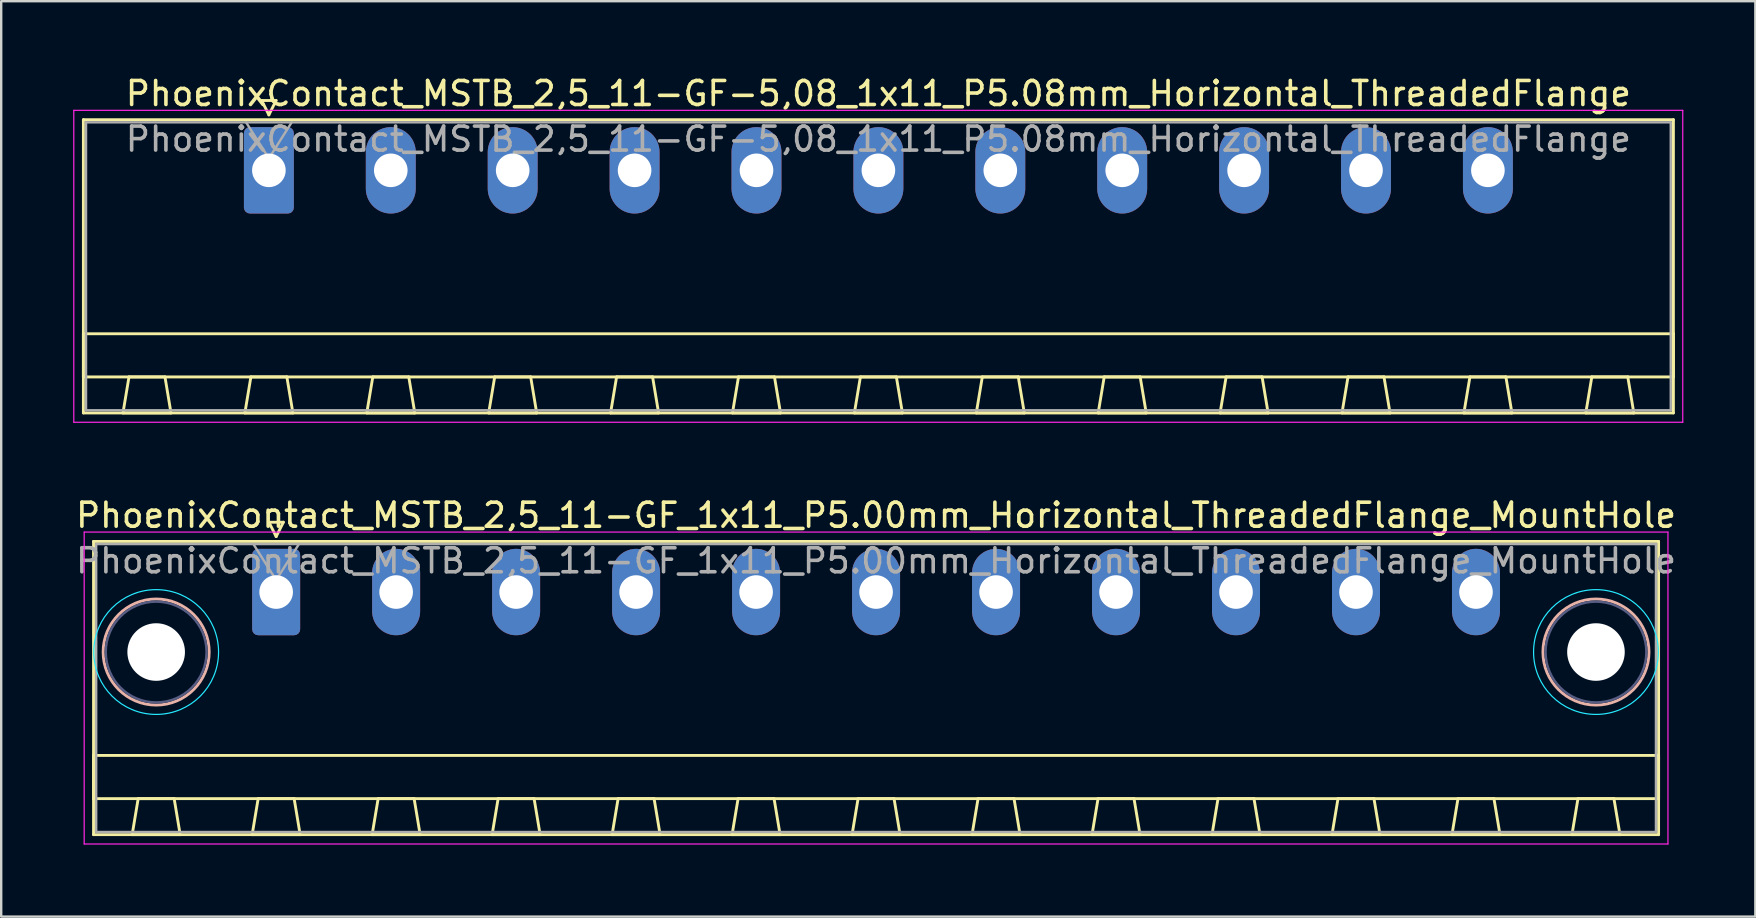
<source format=kicad_pcb>
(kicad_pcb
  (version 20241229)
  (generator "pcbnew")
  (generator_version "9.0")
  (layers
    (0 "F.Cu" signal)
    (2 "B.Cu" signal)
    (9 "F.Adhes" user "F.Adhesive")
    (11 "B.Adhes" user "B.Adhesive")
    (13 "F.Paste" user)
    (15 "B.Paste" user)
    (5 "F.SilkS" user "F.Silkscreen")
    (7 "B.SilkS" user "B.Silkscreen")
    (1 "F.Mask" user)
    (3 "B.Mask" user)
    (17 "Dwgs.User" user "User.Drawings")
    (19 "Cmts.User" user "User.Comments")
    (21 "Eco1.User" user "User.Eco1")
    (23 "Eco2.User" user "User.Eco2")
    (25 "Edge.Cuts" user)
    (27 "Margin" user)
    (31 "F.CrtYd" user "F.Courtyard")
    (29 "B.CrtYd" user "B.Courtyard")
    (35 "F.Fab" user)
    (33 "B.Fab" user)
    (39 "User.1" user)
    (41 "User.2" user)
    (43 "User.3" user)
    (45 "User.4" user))
  (footprint "PhoenixContact_MSTB_2,5_11-GF_1x11_P5.00mm_Horizontal_ThreadedFlange_MountHole"
    (layer "F.Cu")
    (at 8.458 21.622)
    (property "Reference" "PhoenixContact_MSTB_2,5_11-GF_1x11_P5.00mm_Horizontal_ThreadedFlange_MountHole" (at 25 -3.2 0) (layer "F.SilkS") (effects (font (size 1 1) (thickness 0.15))))
    (attr through_hole)
    (fp_line (start -7.61 -2.11) (end -7.61 10.11) (stroke (width 0.12) (type solid)) (layer "F.SilkS"))
    (fp_line (start -7.61 6.81) (end 57.61 6.81) (stroke (width 0.12) (type solid)) (layer "F.SilkS"))
    (fp_line (start -7.61 8.61) (end -7.61 6.81) (stroke (width 0.12) (type solid)) (layer "F.SilkS"))
    (fp_line (start -7.61 10.11) (end 57.61 10.11) (stroke (width 0.12) (type solid)) (layer "F.SilkS"))
    (fp_line (start -6 10.11) (end -4 10.11) (stroke (width 0.12) (type solid)) (layer "F.SilkS"))
    (fp_line (start -5.75 8.61) (end -6 10.11) (stroke (width 0.12) (type solid)) (layer "F.SilkS"))
    (fp_line (start -4.25 8.61) (end -5.75 8.61) (stroke (width 0.12) (type solid)) (layer "F.SilkS"))
    (fp_line (start -4 10.11) (end -4.25 8.61) (stroke (width 0.12) (type solid)) (layer "F.SilkS"))
    (fp_line (start -1 10.11) (end 1 10.11) (stroke (width 0.12) (type solid)) (layer "F.SilkS"))
    (fp_line (start -0.75 8.61) (end -1 10.11) (stroke (width 0.12) (type solid)) (layer "F.SilkS"))
    (fp_line (start -0.3 -2.91) (end 0.3 -2.91) (stroke (width 0.12) (type solid)) (layer "F.SilkS"))
    (fp_line (start 0 -2.31) (end -0.3 -2.91) (stroke (width 0.12) (type solid)) (layer "F.SilkS"))
    (fp_line (start 0.3 -2.91) (end 0 -2.31) (stroke (width 0.12) (type solid)) (layer "F.SilkS"))
    (fp_line (start 0.75 8.61) (end -0.75 8.61) (stroke (width 0.12) (type solid)) (layer "F.SilkS"))
    (fp_line (start 1 10.11) (end 0.75 8.61) (stroke (width 0.12) (type solid)) (layer "F.SilkS"))
    (fp_line (start 4 10.11) (end 6 10.11) (stroke (width 0.12) (type solid)) (layer "F.SilkS"))
    (fp_line (start 4.25 8.61) (end 4 10.11) (stroke (width 0.12) (type solid)) (layer "F.SilkS"))
    (fp_line (start 5.75 8.61) (end 4.25 8.61) (stroke (width 0.12) (type solid)) (layer "F.SilkS"))
    (fp_line (start 6 10.11) (end 5.75 8.61) (stroke (width 0.12) (type solid)) (layer "F.SilkS"))
    (fp_line (start 9 10.11) (end 11 10.11) (stroke (width 0.12) (type solid)) (layer "F.SilkS"))
    (fp_line (start 9.25 8.61) (end 9 10.11) (stroke (width 0.12) (type solid)) (layer "F.SilkS"))
    (fp_line (start 10.75 8.61) (end 9.25 8.61) (stroke (width 0.12) (type solid)) (layer "F.SilkS"))
    (fp_line (start 11 10.11) (end 10.75 8.61) (stroke (width 0.12) (type solid)) (layer "F.SilkS"))
    (fp_line (start 14 10.11) (end 16 10.11) (stroke (width 0.12) (type solid)) (layer "F.SilkS"))
    (fp_line (start 14.25 8.61) (end 14 10.11) (stroke (width 0.12) (type solid)) (layer "F.SilkS"))
    (fp_line (start 15.75 8.61) (end 14.25 8.61) (stroke (width 0.12) (type solid)) (layer "F.SilkS"))
    (fp_line (start 16 10.11) (end 15.75 8.61) (stroke (width 0.12) (type solid)) (layer "F.SilkS"))
    (fp_line (start 19 10.11) (end 21 10.11) (stroke (width 0.12) (type solid)) (layer "F.SilkS"))
    (fp_line (start 19.25 8.61) (end 19 10.11) (stroke (width 0.12) (type solid)) (layer "F.SilkS"))
    (fp_line (start 20.75 8.61) (end 19.25 8.61) (stroke (width 0.12) (type solid)) (layer "F.SilkS"))
    (fp_line (start 21 10.11) (end 20.75 8.61) (stroke (width 0.12) (type solid)) (layer "F.SilkS"))
    (fp_line (start 24 10.11) (end 26 10.11) (stroke (width 0.12) (type solid)) (layer "F.SilkS"))
    (fp_line (start 24.25 8.61) (end 24 10.11) (stroke (width 0.12) (type solid)) (layer "F.SilkS"))
    (fp_line (start 25.75 8.61) (end 24.25 8.61) (stroke (width 0.12) (type solid)) (layer "F.SilkS"))
    (fp_line (start 26 10.11) (end 25.75 8.61) (stroke (width 0.12) (type solid)) (layer "F.SilkS"))
    (fp_line (start 29 10.11) (end 31 10.11) (stroke (width 0.12) (type solid)) (layer "F.SilkS"))
    (fp_line (start 29.25 8.61) (end 29 10.11) (stroke (width 0.12) (type solid)) (layer "F.SilkS"))
    (fp_line (start 30.75 8.61) (end 29.25 8.61) (stroke (width 0.12) (type solid)) (layer "F.SilkS"))
    (fp_line (start 31 10.11) (end 30.75 8.61) (stroke (width 0.12) (type solid)) (layer "F.SilkS"))
    (fp_line (start 34 10.11) (end 36 10.11) (stroke (width 0.12) (type solid)) (layer "F.SilkS"))
    (fp_line (start 34.25 8.61) (end 34 10.11) (stroke (width 0.12) (type solid)) (layer "F.SilkS"))
    (fp_line (start 35.75 8.61) (end 34.25 8.61) (stroke (width 0.12) (type solid)) (layer "F.SilkS"))
    (fp_line (start 36 10.11) (end 35.75 8.61) (stroke (width 0.12) (type solid)) (layer "F.SilkS"))
    (fp_line (start 39 10.11) (end 41 10.11) (stroke (width 0.12) (type solid)) (layer "F.SilkS"))
    (fp_line (start 39.25 8.61) (end 39 10.11) (stroke (width 0.12) (type solid)) (layer "F.SilkS"))
    (fp_line (start 40.75 8.61) (end 39.25 8.61) (stroke (width 0.12) (type solid)) (layer "F.SilkS"))
    (fp_line (start 41 10.11) (end 40.75 8.61) (stroke (width 0.12) (type solid)) (layer "F.SilkS"))
    (fp_line (start 44 10.11) (end 46 10.11) (stroke (width 0.12) (type solid)) (layer "F.SilkS"))
    (fp_line (start 44.25 8.61) (end 44 10.11) (stroke (width 0.12) (type solid)) (layer "F.SilkS"))
    (fp_line (start 45.75 8.61) (end 44.25 8.61) (stroke (width 0.12) (type solid)) (layer "F.SilkS"))
    (fp_line (start 46 10.11) (end 45.75 8.61) (stroke (width 0.12) (type solid)) (layer "F.SilkS"))
    (fp_line (start 49 10.11) (end 51 10.11) (stroke (width 0.12) (type solid)) (layer "F.SilkS"))
    (fp_line (start 49.25 8.61) (end 49 10.11) (stroke (width 0.12) (type solid)) (layer "F.SilkS"))
    (fp_line (start 50.75 8.61) (end 49.25 8.61) (stroke (width 0.12) (type solid)) (layer "F.SilkS"))
    (fp_line (start 51 10.11) (end 50.75 8.61) (stroke (width 0.12) (type solid)) (layer "F.SilkS"))
    (fp_line (start 54 10.11) (end 56 10.11) (stroke (width 0.12) (type solid)) (layer "F.SilkS"))
    (fp_line (start 54.25 8.61) (end 54 10.11) (stroke (width 0.12) (type solid)) (layer "F.SilkS"))
    (fp_line (start 55.75 8.61) (end 54.25 8.61) (stroke (width 0.12) (type solid)) (layer "F.SilkS"))
    (fp_line (start 56 10.11) (end 55.75 8.61) (stroke (width 0.12) (type solid)) (layer "F.SilkS"))
    (fp_line (start 57.61 -2.11) (end -7.61 -2.11) (stroke (width 0.12) (type solid)) (layer "F.SilkS"))
    (fp_line (start 57.61 6.81) (end 57.61 8.61) (stroke (width 0.12) (type solid)) (layer "F.SilkS"))
    (fp_line (start 57.61 8.61) (end -7.61 8.61) (stroke (width 0.12) (type solid)) (layer "F.SilkS"))
    (fp_line (start 57.61 10.11) (end 57.61 -2.11) (stroke (width 0.12) (type solid)) (layer "F.SilkS"))
    (fp_circle (center -5 2.5) (end -2.79 2.5) (stroke (width 0.12) (type solid)) (fill no) (layer "B.SilkS"))
    (fp_circle (center 55 2.5) (end 57.21 2.5) (stroke (width 0.12) (type solid)) (fill no) (layer "B.SilkS"))
    (fp_circle (center -5 2.5) (end -2.4 2.5) (stroke (width 0.05) (type solid)) (fill no) (layer "B.CrtYd"))
    (fp_circle (center 55 2.5) (end 57.6 2.5) (stroke (width 0.05) (type solid)) (fill no) (layer "B.CrtYd"))
    (fp_line (start -8 -2.5) (end -8 10.5) (stroke (width 0.05) (type solid)) (layer "F.CrtYd"))
    (fp_line (start -8 10.5) (end 58 10.5) (stroke (width 0.05) (type solid)) (layer "F.CrtYd"))
    (fp_line (start 58 -2.5) (end -8 -2.5) (stroke (width 0.05) (type solid)) (layer "F.CrtYd"))
    (fp_line (start 58 10.5) (end 58 -2.5) (stroke (width 0.05) (type solid)) (layer "F.CrtYd"))
    (fp_circle (center -5 2.5) (end -2.9 2.5) (stroke (width 0.1) (type solid)) (fill no) (layer "B.Fab"))
    (fp_circle (center 55 2.5) (end 57.1 2.5) (stroke (width 0.1) (type solid)) (fill no) (layer "B.Fab"))
    (fp_line (start -7.5 -2) (end -7.5 10) (stroke (width 0.1) (type solid)) (layer "F.Fab"))
    (fp_line (start -7.5 10) (end 57.5 10) (stroke (width 0.1) (type solid)) (layer "F.Fab"))
    (fp_line (start 0 -0.5) (end -0.95 -2) (stroke (width 0.1) (type solid)) (layer "F.Fab"))
    (fp_line (start 0.95 -2) (end 0 -0.5) (stroke (width 0.1) (type solid)) (layer "F.Fab"))
    (fp_line (start 57.5 -2) (end -7.5 -2) (stroke (width 0.1) (type solid)) (layer "F.Fab"))
    (fp_line (start 57.5 10) (end 57.5 -2) (stroke (width 0.1) (type solid)) (layer "F.Fab"))
    (fp_text user "${REFERENCE}" (at 25 -1.3 0) (layer "F.Fab") (effects (font (size 1 1) (thickness 0.15))))
    (pad "" np_thru_hole circle (at -5 2.5) (size 2.4 2.4) (drill 2.4) (layers "*.Cu" "*.Mask"))
    (pad "" np_thru_hole circle (at 55 2.5) (size 2.4 2.4) (drill 2.4) (layers "*.Cu" "*.Mask"))
    (pad "1" thru_hole roundrect (at 0 0) (size 2 3.6) (drill 1.4) (layers "*.Cu" "*.Mask") (roundrect_rratio 0.125))
    (pad "2" thru_hole oval (at 5 0) (size 2 3.6) (drill 1.4) (layers "*.Cu" "*.Mask"))
    (pad "3" thru_hole oval (at 10 0) (size 2 3.6) (drill 1.4) (layers "*.Cu" "*.Mask"))
    (pad "4" thru_hole oval (at 15 0) (size 2 3.6) (drill 1.4) (layers "*.Cu" "*.Mask"))
    (pad "5" thru_hole oval (at 20 0) (size 2 3.6) (drill 1.4) (layers "*.Cu" "*.Mask"))
    (pad "6" thru_hole oval (at 25 0) (size 2 3.6) (drill 1.4) (layers "*.Cu" "*.Mask"))
    (pad "7" thru_hole oval (at 30 0) (size 2 3.6) (drill 1.4) (layers "*.Cu" "*.Mask"))
    (pad "8" thru_hole oval (at 35 0) (size 2 3.6) (drill 1.4) (layers "*.Cu" "*.Mask"))
    (pad "9" thru_hole oval (at 40 0) (size 2 3.6) (drill 1.4) (layers "*.Cu" "*.Mask"))
    (pad "10" thru_hole oval (at 45 0) (size 2 3.6) (drill 1.4) (layers "*.Cu" "*.Mask"))
    (pad "11" thru_hole oval (at 50 0) (size 2 3.6) (drill 1.4) (layers "*.Cu" "*.Mask")))
  (footprint "PhoenixContact_MSTB_2,5_11-GF-5,08_1x11_P5.08mm_Horizontal_ThreadedFlange"
    (layer "F.Cu")
    (at 8.155 4.048)
    (property "Reference" "PhoenixContact_MSTB_2,5_11-GF-5,08_1x11_P5.08mm_Horizontal_ThreadedFlange" (at 25.4 -3.2 0) (layer "F.SilkS") (effects (font (size 1 1) (thickness 0.15))))
    (attr through_hole)
    (fp_line (start -7.73 -2.11) (end -7.73 10.11) (stroke (width 0.12) (type solid)) (layer "F.SilkS"))
    (fp_line (start -7.73 6.81) (end 58.53 6.81) (stroke (width 0.12) (type solid)) (layer "F.SilkS"))
    (fp_line (start -7.73 8.61) (end -7.73 6.81) (stroke (width 0.12) (type solid)) (layer "F.SilkS"))
    (fp_line (start -7.73 10.11) (end 58.53 10.11) (stroke (width 0.12) (type solid)) (layer "F.SilkS"))
    (fp_line (start -6.08 10.11) (end -4.08 10.11) (stroke (width 0.12) (type solid)) (layer "F.SilkS"))
    (fp_line (start -5.83 8.61) (end -6.08 10.11) (stroke (width 0.12) (type solid)) (layer "F.SilkS"))
    (fp_line (start -4.33 8.61) (end -5.83 8.61) (stroke (width 0.12) (type solid)) (layer "F.SilkS"))
    (fp_line (start -4.08 10.11) (end -4.33 8.61) (stroke (width 0.12) (type solid)) (layer "F.SilkS"))
    (fp_line (start -1 10.11) (end 1 10.11) (stroke (width 0.12) (type solid)) (layer "F.SilkS"))
    (fp_line (start -0.75 8.61) (end -1 10.11) (stroke (width 0.12) (type solid)) (layer "F.SilkS"))
    (fp_line (start -0.3 -2.91) (end 0.3 -2.91) (stroke (width 0.12) (type solid)) (layer "F.SilkS"))
    (fp_line (start 0 -2.31) (end -0.3 -2.91) (stroke (width 0.12) (type solid)) (layer "F.SilkS"))
    (fp_line (start 0.3 -2.91) (end 0 -2.31) (stroke (width 0.12) (type solid)) (layer "F.SilkS"))
    (fp_line (start 0.75 8.61) (end -0.75 8.61) (stroke (width 0.12) (type solid)) (layer "F.SilkS"))
    (fp_line (start 1 10.11) (end 0.75 8.61) (stroke (width 0.12) (type solid)) (layer "F.SilkS"))
    (fp_line (start 4.08 10.11) (end 6.08 10.11) (stroke (width 0.12) (type solid)) (layer "F.SilkS"))
    (fp_line (start 4.33 8.61) (end 4.08 10.11) (stroke (width 0.12) (type solid)) (layer "F.SilkS"))
    (fp_line (start 5.83 8.61) (end 4.33 8.61) (stroke (width 0.12) (type solid)) (layer "F.SilkS"))
    (fp_line (start 6.08 10.11) (end 5.83 8.61) (stroke (width 0.12) (type solid)) (layer "F.SilkS"))
    (fp_line (start 9.16 10.11) (end 11.16 10.11) (stroke (width 0.12) (type solid)) (layer "F.SilkS"))
    (fp_line (start 9.41 8.61) (end 9.16 10.11) (stroke (width 0.12) (type solid)) (layer "F.SilkS"))
    (fp_line (start 10.91 8.61) (end 9.41 8.61) (stroke (width 0.12) (type solid)) (layer "F.SilkS"))
    (fp_line (start 11.16 10.11) (end 10.91 8.61) (stroke (width 0.12) (type solid)) (layer "F.SilkS"))
    (fp_line (start 14.24 10.11) (end 16.24 10.11) (stroke (width 0.12) (type solid)) (layer "F.SilkS"))
    (fp_line (start 14.49 8.61) (end 14.24 10.11) (stroke (width 0.12) (type solid)) (layer "F.SilkS"))
    (fp_line (start 15.99 8.61) (end 14.49 8.61) (stroke (width 0.12) (type solid)) (layer "F.SilkS"))
    (fp_line (start 16.24 10.11) (end 15.99 8.61) (stroke (width 0.12) (type solid)) (layer "F.SilkS"))
    (fp_line (start 19.32 10.11) (end 21.32 10.11) (stroke (width 0.12) (type solid)) (layer "F.SilkS"))
    (fp_line (start 19.57 8.61) (end 19.32 10.11) (stroke (width 0.12) (type solid)) (layer "F.SilkS"))
    (fp_line (start 21.07 8.61) (end 19.57 8.61) (stroke (width 0.12) (type solid)) (layer "F.SilkS"))
    (fp_line (start 21.32 10.11) (end 21.07 8.61) (stroke (width 0.12) (type solid)) (layer "F.SilkS"))
    (fp_line (start 24.4 10.11) (end 26.4 10.11) (stroke (width 0.12) (type solid)) (layer "F.SilkS"))
    (fp_line (start 24.65 8.61) (end 24.4 10.11) (stroke (width 0.12) (type solid)) (layer "F.SilkS"))
    (fp_line (start 26.15 8.61) (end 24.65 8.61) (stroke (width 0.12) (type solid)) (layer "F.SilkS"))
    (fp_line (start 26.4 10.11) (end 26.15 8.61) (stroke (width 0.12) (type solid)) (layer "F.SilkS"))
    (fp_line (start 29.48 10.11) (end 31.48 10.11) (stroke (width 0.12) (type solid)) (layer "F.SilkS"))
    (fp_line (start 29.73 8.61) (end 29.48 10.11) (stroke (width 0.12) (type solid)) (layer "F.SilkS"))
    (fp_line (start 31.23 8.61) (end 29.73 8.61) (stroke (width 0.12) (type solid)) (layer "F.SilkS"))
    (fp_line (start 31.48 10.11) (end 31.23 8.61) (stroke (width 0.12) (type solid)) (layer "F.SilkS"))
    (fp_line (start 34.56 10.11) (end 36.56 10.11) (stroke (width 0.12) (type solid)) (layer "F.SilkS"))
    (fp_line (start 34.81 8.61) (end 34.56 10.11) (stroke (width 0.12) (type solid)) (layer "F.SilkS"))
    (fp_line (start 36.31 8.61) (end 34.81 8.61) (stroke (width 0.12) (type solid)) (layer "F.SilkS"))
    (fp_line (start 36.56 10.11) (end 36.31 8.61) (stroke (width 0.12) (type solid)) (layer "F.SilkS"))
    (fp_line (start 39.64 10.11) (end 41.64 10.11) (stroke (width 0.12) (type solid)) (layer "F.SilkS"))
    (fp_line (start 39.89 8.61) (end 39.64 10.11) (stroke (width 0.12) (type solid)) (layer "F.SilkS"))
    (fp_line (start 41.39 8.61) (end 39.89 8.61) (stroke (width 0.12) (type solid)) (layer "F.SilkS"))
    (fp_line (start 41.64 10.11) (end 41.39 8.61) (stroke (width 0.12) (type solid)) (layer "F.SilkS"))
    (fp_line (start 44.72 10.11) (end 46.72 10.11) (stroke (width 0.12) (type solid)) (layer "F.SilkS"))
    (fp_line (start 44.97 8.61) (end 44.72 10.11) (stroke (width 0.12) (type solid)) (layer "F.SilkS"))
    (fp_line (start 46.47 8.61) (end 44.97 8.61) (stroke (width 0.12) (type solid)) (layer "F.SilkS"))
    (fp_line (start 46.72 10.11) (end 46.47 8.61) (stroke (width 0.12) (type solid)) (layer "F.SilkS"))
    (fp_line (start 49.8 10.11) (end 51.8 10.11) (stroke (width 0.12) (type solid)) (layer "F.SilkS"))
    (fp_line (start 50.05 8.61) (end 49.8 10.11) (stroke (width 0.12) (type solid)) (layer "F.SilkS"))
    (fp_line (start 51.55 8.61) (end 50.05 8.61) (stroke (width 0.12) (type solid)) (layer "F.SilkS"))
    (fp_line (start 51.8 10.11) (end 51.55 8.61) (stroke (width 0.12) (type solid)) (layer "F.SilkS"))
    (fp_line (start 54.88 10.11) (end 56.88 10.11) (stroke (width 0.12) (type solid)) (layer "F.SilkS"))
    (fp_line (start 55.13 8.61) (end 54.88 10.11) (stroke (width 0.12) (type solid)) (layer "F.SilkS"))
    (fp_line (start 56.63 8.61) (end 55.13 8.61) (stroke (width 0.12) (type solid)) (layer "F.SilkS"))
    (fp_line (start 56.88 10.11) (end 56.63 8.61) (stroke (width 0.12) (type solid)) (layer "F.SilkS"))
    (fp_line (start 58.53 -2.11) (end -7.73 -2.11) (stroke (width 0.12) (type solid)) (layer "F.SilkS"))
    (fp_line (start 58.53 6.81) (end 58.53 8.61) (stroke (width 0.12) (type solid)) (layer "F.SilkS"))
    (fp_line (start 58.53 8.61) (end -7.73 8.61) (stroke (width 0.12) (type solid)) (layer "F.SilkS"))
    (fp_line (start 58.53 10.11) (end 58.53 -2.11) (stroke (width 0.12) (type solid)) (layer "F.SilkS"))
    (fp_line (start -8.13 -2.5) (end -8.13 10.5) (stroke (width 0.05) (type solid)) (layer "F.CrtYd"))
    (fp_line (start -8.13 10.5) (end 58.92 10.5) (stroke (width 0.05) (type solid)) (layer "F.CrtYd"))
    (fp_line (start 58.92 -2.5) (end -8.13 -2.5) (stroke (width 0.05) (type solid)) (layer "F.CrtYd"))
    (fp_line (start 58.92 10.5) (end 58.92 -2.5) (stroke (width 0.05) (type solid)) (layer "F.CrtYd"))
    (fp_line (start -7.62 -2) (end -7.62 10) (stroke (width 0.1) (type solid)) (layer "F.Fab"))
    (fp_line (start -7.62 10) (end 58.42 10) (stroke (width 0.1) (type solid)) (layer "F.Fab"))
    (fp_line (start 0 -0.5) (end -0.95 -2) (stroke (width 0.1) (type solid)) (layer "F.Fab"))
    (fp_line (start 0.95 -2) (end 0 -0.5) (stroke (width 0.1) (type solid)) (layer "F.Fab"))
    (fp_line (start 58.42 -2) (end -7.62 -2) (stroke (width 0.1) (type solid)) (layer "F.Fab"))
    (fp_line (start 58.42 10) (end 58.42 -2) (stroke (width 0.1) (type solid)) (layer "F.Fab"))
    (fp_text user "${REFERENCE}" (at 25.4 -1.3 0) (layer "F.Fab") (effects (font (size 1 1) (thickness 0.15))))
    (pad "1" thru_hole roundrect (at 0 0) (size 2.08 3.6) (drill 1.4) (layers "*.Cu" "*.Mask") (roundrect_rratio 0.12))
    (pad "2" thru_hole oval (at 5.08 0) (size 2.08 3.6) (drill 1.4) (layers "*.Cu" "*.Mask"))
    (pad "3" thru_hole oval (at 10.16 0) (size 2.08 3.6) (drill 1.4) (layers "*.Cu" "*.Mask"))
    (pad "4" thru_hole oval (at 15.24 0) (size 2.08 3.6) (drill 1.4) (layers "*.Cu" "*.Mask"))
    (pad "5" thru_hole oval (at 20.32 0) (size 2.08 3.6) (drill 1.4) (layers "*.Cu" "*.Mask"))
    (pad "6" thru_hole oval (at 25.4 0) (size 2.08 3.6) (drill 1.4) (layers "*.Cu" "*.Mask"))
    (pad "7" thru_hole oval (at 30.48 0) (size 2.08 3.6) (drill 1.4) (layers "*.Cu" "*.Mask"))
    (pad "8" thru_hole oval (at 35.56 0) (size 2.08 3.6) (drill 1.4) (layers "*.Cu" "*.Mask"))
    (pad "9" thru_hole oval (at 40.64 0) (size 2.08 3.6) (drill 1.4) (layers "*.Cu" "*.Mask"))
    (pad "10" thru_hole oval (at 45.72 0) (size 2.08 3.6) (drill 1.4) (layers "*.Cu" "*.Mask"))
    (pad "11" thru_hole oval (at 50.8 0) (size 2.08 3.6) (drill 1.4) (layers "*.Cu" "*.Mask")))
  (gr_rect
    (start -3 -3)
    (end 70.1 35.147)
    (stroke (width 0.1) (type default))
    (fill no)
    (layer "Edge.Cuts")))
</source>
